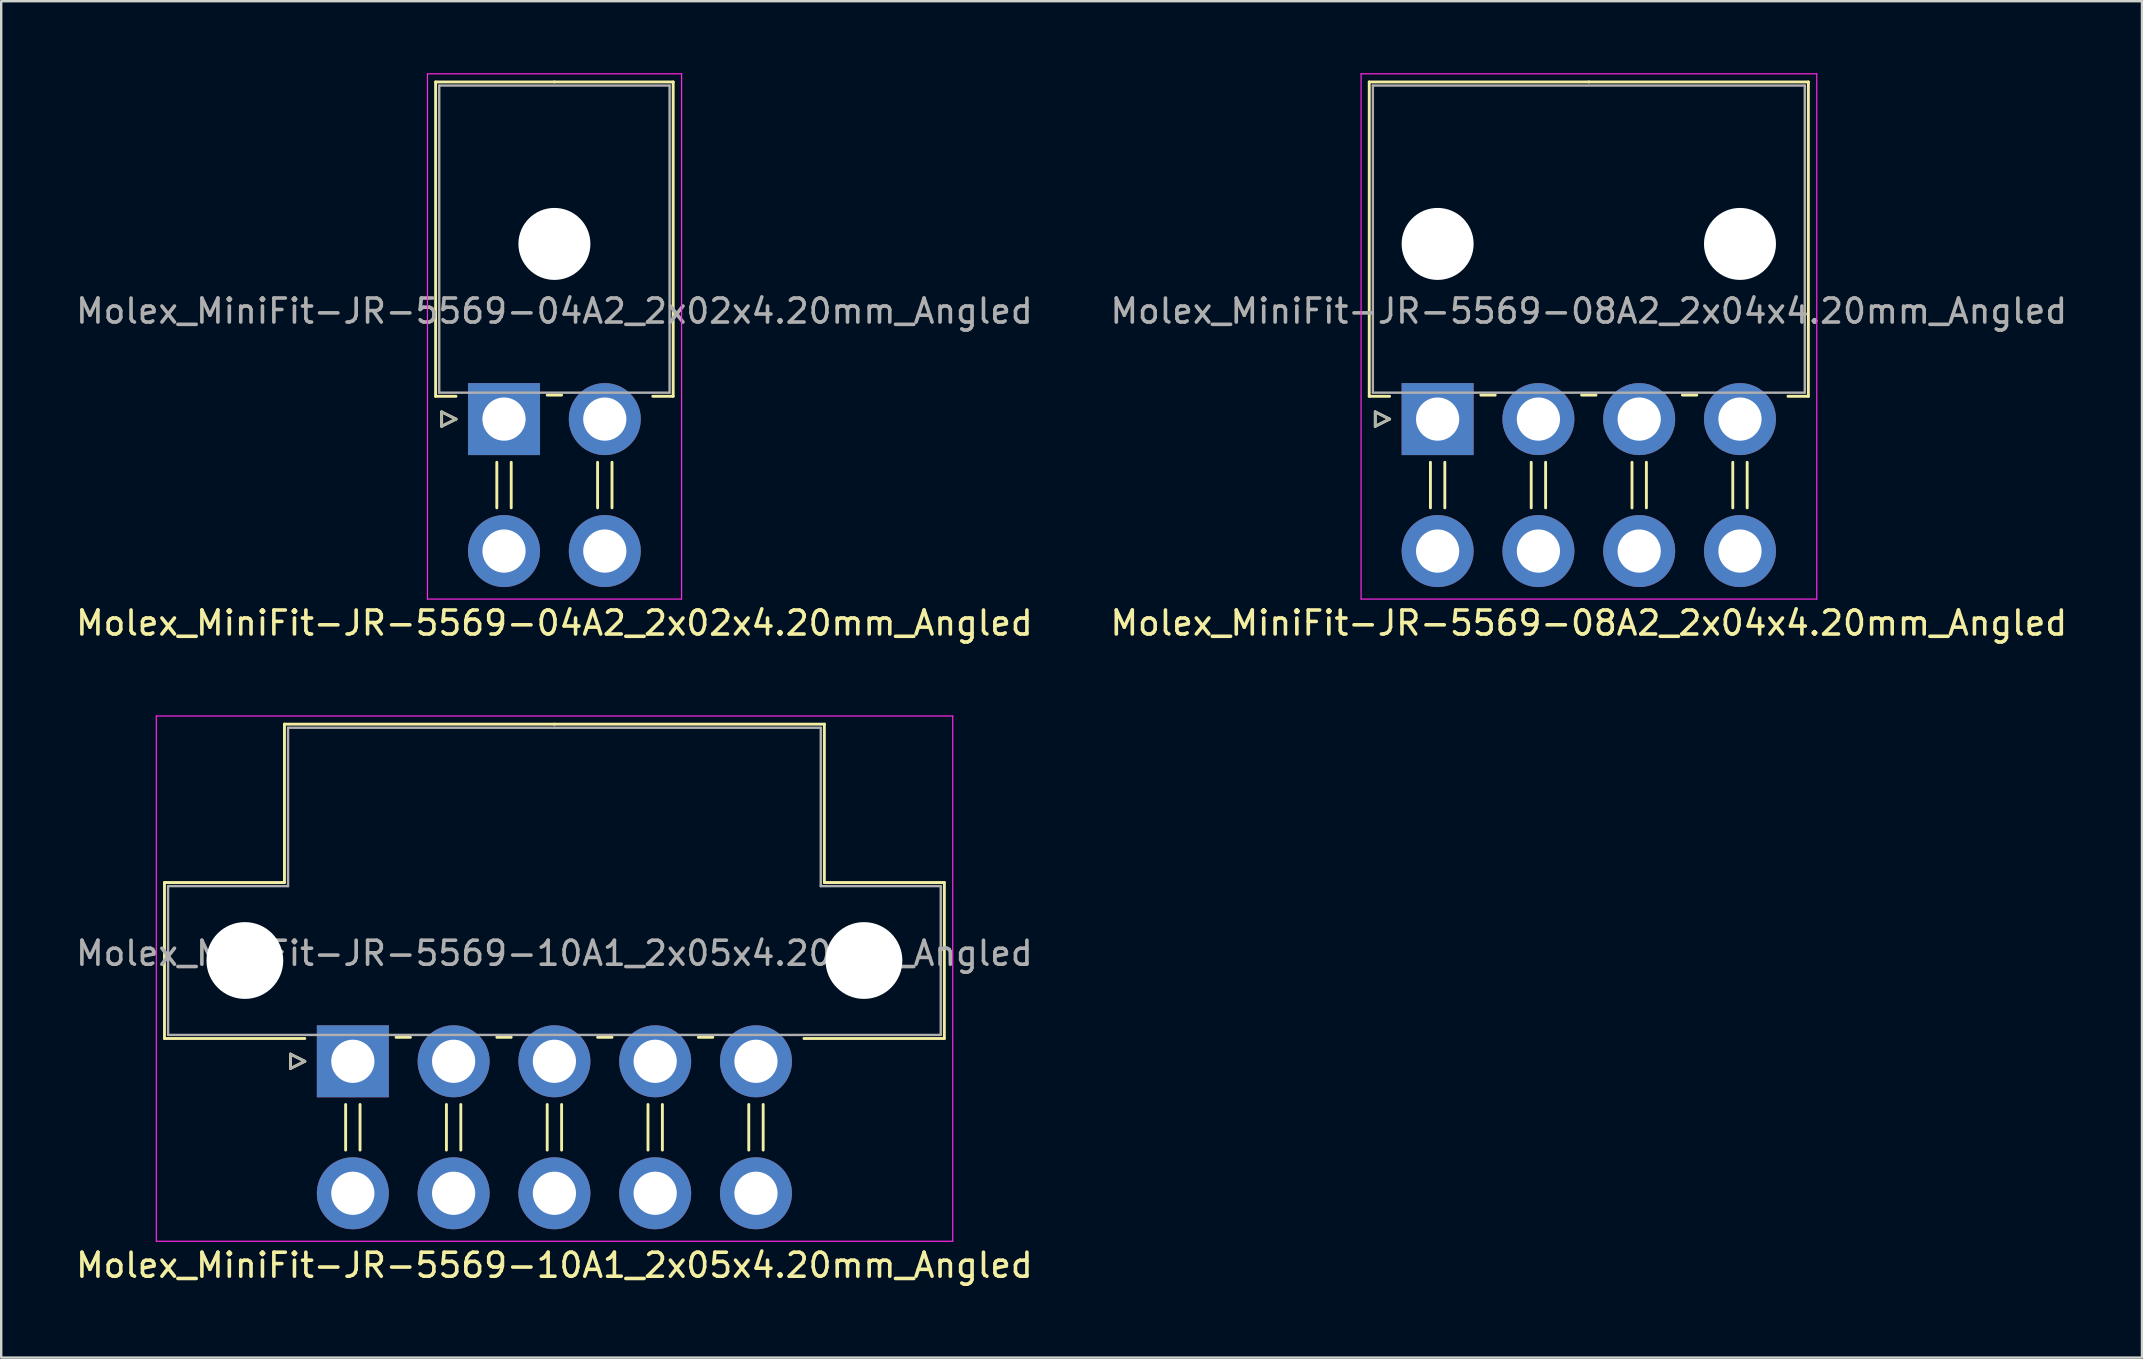
<source format=kicad_pcb>
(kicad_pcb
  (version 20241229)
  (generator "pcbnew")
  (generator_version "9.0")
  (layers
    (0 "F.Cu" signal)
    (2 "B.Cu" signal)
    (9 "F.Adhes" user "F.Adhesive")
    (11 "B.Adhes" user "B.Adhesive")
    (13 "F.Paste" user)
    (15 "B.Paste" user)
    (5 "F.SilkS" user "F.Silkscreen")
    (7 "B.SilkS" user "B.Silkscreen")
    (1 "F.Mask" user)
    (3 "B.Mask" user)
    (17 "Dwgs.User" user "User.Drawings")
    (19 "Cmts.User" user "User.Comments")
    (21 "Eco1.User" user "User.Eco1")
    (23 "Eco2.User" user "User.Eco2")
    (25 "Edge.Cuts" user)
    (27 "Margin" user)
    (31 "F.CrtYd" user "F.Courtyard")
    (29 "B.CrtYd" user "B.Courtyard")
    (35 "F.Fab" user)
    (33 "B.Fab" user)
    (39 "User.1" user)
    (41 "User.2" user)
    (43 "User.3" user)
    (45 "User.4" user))
  (footprint "Molex_MiniFit-JR-5569-10A1_2x05x4.20mm_Angled"
    (layer "F.Cu")
    (at 11.654 41.178)
    (property "Reference" "Molex_MiniFit-JR-5569-10A1_2x05x4.20mm_Angled" (at 8.4 8.5 0) (layer "F.SilkS") (effects (font (size 1 1) (thickness 0.15))))
    (attr through_hole)
    (fp_line (start -7.85 -7.45) (end -7.85 -0.95) (stroke (width 0.12) (type solid)) (layer "F.SilkS"))
    (fp_line (start -7.85 -0.95) (end -2 -0.95) (stroke (width 0.12) (type solid)) (layer "F.SilkS"))
    (fp_line (start -2.85 -14.05) (end -2.85 -7.45) (stroke (width 0.12) (type solid)) (layer "F.SilkS"))
    (fp_line (start -2.85 -7.45) (end -7.85 -7.45) (stroke (width 0.12) (type solid)) (layer "F.SilkS"))
    (fp_line (start -2.6 -0.3) (end -2 0) (stroke (width 0.12) (type solid)) (layer "F.SilkS"))
    (fp_line (start -2.6 0.3) (end -2.6 -0.3) (stroke (width 0.12) (type solid)) (layer "F.SilkS"))
    (fp_line (start -2 0) (end -2.6 0.3) (stroke (width 0.12) (type solid)) (layer "F.SilkS"))
    (fp_line (start -0.3 1.8) (end -0.3 3.7) (stroke (width 0.12) (type solid)) (layer "F.SilkS"))
    (fp_line (start 0.3 1.8) (end 0.3 3.7) (stroke (width 0.12) (type solid)) (layer "F.SilkS"))
    (fp_line (start 1.8 -1) (end 2.4 -1) (stroke (width 0.12) (type solid)) (layer "F.SilkS"))
    (fp_line (start 3.9 1.8) (end 3.9 3.7) (stroke (width 0.12) (type solid)) (layer "F.SilkS"))
    (fp_line (start 4.5 1.8) (end 4.5 3.7) (stroke (width 0.12) (type solid)) (layer "F.SilkS"))
    (fp_line (start 6 -1) (end 6.6 -1) (stroke (width 0.12) (type solid)) (layer "F.SilkS"))
    (fp_line (start 8.1 1.8) (end 8.1 3.7) (stroke (width 0.12) (type solid)) (layer "F.SilkS"))
    (fp_line (start 8.4 -14.05) (end -2.85 -14.05) (stroke (width 0.12) (type solid)) (layer "F.SilkS"))
    (fp_line (start 8.4 -14.05) (end 19.65 -14.05) (stroke (width 0.12) (type solid)) (layer "F.SilkS"))
    (fp_line (start 8.7 1.8) (end 8.7 3.7) (stroke (width 0.12) (type solid)) (layer "F.SilkS"))
    (fp_line (start 10.2 -1) (end 10.8 -1) (stroke (width 0.12) (type solid)) (layer "F.SilkS"))
    (fp_line (start 12.3 1.8) (end 12.3 3.7) (stroke (width 0.12) (type solid)) (layer "F.SilkS"))
    (fp_line (start 12.9 1.8) (end 12.9 3.7) (stroke (width 0.12) (type solid)) (layer "F.SilkS"))
    (fp_line (start 14.4 -1) (end 15 -1) (stroke (width 0.12) (type solid)) (layer "F.SilkS"))
    (fp_line (start 16.5 1.8) (end 16.5 3.7) (stroke (width 0.12) (type solid)) (layer "F.SilkS"))
    (fp_line (start 17.1 1.8) (end 17.1 3.7) (stroke (width 0.12) (type solid)) (layer "F.SilkS"))
    (fp_line (start 19.65 -14.05) (end 19.65 -7.45) (stroke (width 0.12) (type solid)) (layer "F.SilkS"))
    (fp_line (start 19.65 -7.45) (end 24.65 -7.45) (stroke (width 0.12) (type solid)) (layer "F.SilkS"))
    (fp_line (start 24.65 -7.45) (end 24.65 -0.95) (stroke (width 0.12) (type solid)) (layer "F.SilkS"))
    (fp_line (start 24.65 -0.95) (end 18.8 -0.95) (stroke (width 0.12) (type solid)) (layer "F.SilkS"))
    (fp_line (start -8.19 -14.39) (end -8.19 7.5) (stroke (width 0.05) (type solid)) (layer "F.CrtYd"))
    (fp_line (start -8.19 7.5) (end 25 7.5) (stroke (width 0.05) (type solid)) (layer "F.CrtYd"))
    (fp_line (start 25 -14.39) (end -8.19 -14.39) (stroke (width 0.05) (type solid)) (layer "F.CrtYd"))
    (fp_line (start 25 7.5) (end 25 -14.39) (stroke (width 0.05) (type solid)) (layer "F.CrtYd"))
    (fp_line (start -7.7 -7.3) (end -7.7 -1.1) (stroke (width 0.1) (type solid)) (layer "F.Fab"))
    (fp_line (start -7.7 -1.1) (end 8.4 -1.1) (stroke (width 0.1) (type solid)) (layer "F.Fab"))
    (fp_line (start -2.7 -13.9) (end -2.7 -7.3) (stroke (width 0.1) (type solid)) (layer "F.Fab"))
    (fp_line (start -2.7 -7.3) (end -7.7 -7.3) (stroke (width 0.1) (type solid)) (layer "F.Fab"))
    (fp_line (start -2.6 -0.3) (end -2 0) (stroke (width 0.1) (type solid)) (layer "F.Fab"))
    (fp_line (start -2.6 0.3) (end -2.6 -0.3) (stroke (width 0.1) (type solid)) (layer "F.Fab"))
    (fp_line (start -2 0) (end -2.6 0.3) (stroke (width 0.1) (type solid)) (layer "F.Fab"))
    (fp_line (start 8.4 -13.9) (end -2.7 -13.9) (stroke (width 0.1) (type solid)) (layer "F.Fab"))
    (fp_line (start 8.4 -13.9) (end 19.5 -13.9) (stroke (width 0.1) (type solid)) (layer "F.Fab"))
    (fp_line (start 19.5 -13.9) (end 19.5 -7.3) (stroke (width 0.1) (type solid)) (layer "F.Fab"))
    (fp_line (start 19.5 -7.3) (end 24.5 -7.3) (stroke (width 0.1) (type solid)) (layer "F.Fab"))
    (fp_line (start 24.5 -7.3) (end 24.5 -1.1) (stroke (width 0.1) (type solid)) (layer "F.Fab"))
    (fp_line (start 24.5 -1.1) (end 8.4 -1.1) (stroke (width 0.1) (type solid)) (layer "F.Fab"))
    (fp_text user "${REFERENCE}" (at 8.4 -4.5 0) (layer "F.Fab") (effects (font (size 1 1) (thickness 0.15))))
    (pad "" np_thru_hole circle (at -4.5 -4.2) (size 3.2 3.2) (drill 3.2) (layers "*.Cu" "*.Mask"))
    (pad "" np_thru_hole circle (at 21.3 -4.2) (size 3.2 3.2) (drill 3.2) (layers "*.Cu" "*.Mask"))
    (pad "1" thru_hole rect (at 0 0) (size 3 3) (drill 1.8) (layers "*.Cu" "*.Mask"))
    (pad "2" thru_hole circle (at 4.2 0) (size 3 3) (drill 1.8) (layers "*.Cu" "*.Mask"))
    (pad "3" thru_hole circle (at 8.4 0) (size 3 3) (drill 1.8) (layers "*.Cu" "*.Mask"))
    (pad "4" thru_hole circle (at 12.6 0) (size 3 3) (drill 1.8) (layers "*.Cu" "*.Mask"))
    (pad "5" thru_hole circle (at 16.8 0) (size 3 3) (drill 1.8) (layers "*.Cu" "*.Mask"))
    (pad "6" thru_hole circle (at 0 5.5) (size 3 3) (drill 1.8) (layers "*.Cu" "*.Mask"))
    (pad "7" thru_hole circle (at 4.2 5.5) (size 3 3) (drill 1.8) (layers "*.Cu" "*.Mask"))
    (pad "8" thru_hole circle (at 8.4 5.5) (size 3 3) (drill 1.8) (layers "*.Cu" "*.Mask"))
    (pad "9" thru_hole circle (at 12.6 5.5) (size 3 3) (drill 1.8) (layers "*.Cu" "*.Mask"))
    (pad "10" thru_hole circle (at 16.8 5.5) (size 3 3) (drill 1.8) (layers "*.Cu" "*.Mask")))
  (footprint "Molex_MiniFit-JR-5569-08A2_2x04x4.20mm_Angled"
    (layer "F.Cu")
    (at 56.861 14.415)
    (property "Reference" "Molex_MiniFit-JR-5569-08A2_2x04x4.20mm_Angled" (at 6.3 8.5 0) (layer "F.SilkS") (effects (font (size 1 1) (thickness 0.15))))
    (attr through_hole)
    (fp_line (start -2.85 -14.05) (end 6.3 -14.05) (stroke (width 0.12) (type solid)) (layer "F.SilkS"))
    (fp_line (start -2.85 -0.95) (end -2.85 -14.05) (stroke (width 0.12) (type solid)) (layer "F.SilkS"))
    (fp_line (start -2.6 -0.3) (end -2 0) (stroke (width 0.12) (type solid)) (layer "F.SilkS"))
    (fp_line (start -2.6 0.3) (end -2.6 -0.3) (stroke (width 0.12) (type solid)) (layer "F.SilkS"))
    (fp_line (start -2 -0.95) (end -2.85 -0.95) (stroke (width 0.12) (type solid)) (layer "F.SilkS"))
    (fp_line (start -2 0) (end -2.6 0.3) (stroke (width 0.12) (type solid)) (layer "F.SilkS"))
    (fp_line (start -0.3 1.8) (end -0.3 3.7) (stroke (width 0.12) (type solid)) (layer "F.SilkS"))
    (fp_line (start 0.3 1.8) (end 0.3 3.7) (stroke (width 0.12) (type solid)) (layer "F.SilkS"))
    (fp_line (start 1.8 -1) (end 2.4 -1) (stroke (width 0.12) (type solid)) (layer "F.SilkS"))
    (fp_line (start 3.9 1.8) (end 3.9 3.7) (stroke (width 0.12) (type solid)) (layer "F.SilkS"))
    (fp_line (start 4.5 1.8) (end 4.5 3.7) (stroke (width 0.12) (type solid)) (layer "F.SilkS"))
    (fp_line (start 6 -1) (end 6.6 -1) (stroke (width 0.12) (type solid)) (layer "F.SilkS"))
    (fp_line (start 8.1 1.8) (end 8.1 3.7) (stroke (width 0.12) (type solid)) (layer "F.SilkS"))
    (fp_line (start 8.7 1.8) (end 8.7 3.7) (stroke (width 0.12) (type solid)) (layer "F.SilkS"))
    (fp_line (start 10.2 -1) (end 10.8 -1) (stroke (width 0.12) (type solid)) (layer "F.SilkS"))
    (fp_line (start 12.3 1.8) (end 12.3 3.7) (stroke (width 0.12) (type solid)) (layer "F.SilkS"))
    (fp_line (start 12.9 1.8) (end 12.9 3.7) (stroke (width 0.12) (type solid)) (layer "F.SilkS"))
    (fp_line (start 14.6 -0.95) (end 15.45 -0.95) (stroke (width 0.12) (type solid)) (layer "F.SilkS"))
    (fp_line (start 15.45 -14.05) (end 6.3 -14.05) (stroke (width 0.12) (type solid)) (layer "F.SilkS"))
    (fp_line (start 15.45 -0.95) (end 15.45 -14.05) (stroke (width 0.12) (type solid)) (layer "F.SilkS"))
    (fp_line (start -3.19 -14.39) (end -3.19 7.5) (stroke (width 0.05) (type solid)) (layer "F.CrtYd"))
    (fp_line (start -3.19 7.5) (end 15.8 7.5) (stroke (width 0.05) (type solid)) (layer "F.CrtYd"))
    (fp_line (start 15.8 -14.39) (end -3.19 -14.39) (stroke (width 0.05) (type solid)) (layer "F.CrtYd"))
    (fp_line (start 15.8 7.5) (end 15.8 -14.39) (stroke (width 0.05) (type solid)) (layer "F.CrtYd"))
    (fp_line (start -2.7 -13.9) (end -2.7 -1.1) (stroke (width 0.1) (type solid)) (layer "F.Fab"))
    (fp_line (start -2.7 -1.1) (end 15.3 -1.1) (stroke (width 0.1) (type solid)) (layer "F.Fab"))
    (fp_line (start -2.6 -0.3) (end -2 0) (stroke (width 0.1) (type solid)) (layer "F.Fab"))
    (fp_line (start -2.6 0.3) (end -2.6 -0.3) (stroke (width 0.1) (type solid)) (layer "F.Fab"))
    (fp_line (start -2 0) (end -2.6 0.3) (stroke (width 0.1) (type solid)) (layer "F.Fab"))
    (fp_line (start 15.3 -13.9) (end -2.7 -13.9) (stroke (width 0.1) (type solid)) (layer "F.Fab"))
    (fp_line (start 15.3 -1.1) (end 15.3 -13.9) (stroke (width 0.1) (type solid)) (layer "F.Fab"))
    (fp_text user "${REFERENCE}" (at 6.3 -4.5 0) (layer "F.Fab") (effects (font (size 1 1) (thickness 0.15))))
    (pad "" np_thru_hole circle (at 0 -7.3) (size 3 3) (drill 3) (layers "*.Cu" "*.Mask"))
    (pad "" np_thru_hole circle (at 12.6 -7.3) (size 3 3) (drill 3) (layers "*.Cu" "*.Mask"))
    (pad "1" thru_hole rect (at 0 0) (size 3 3) (drill 1.8) (layers "*.Cu" "*.Mask"))
    (pad "2" thru_hole circle (at 4.2 0) (size 3 3) (drill 1.8) (layers "*.Cu" "*.Mask"))
    (pad "3" thru_hole circle (at 8.4 0) (size 3 3) (drill 1.8) (layers "*.Cu" "*.Mask"))
    (pad "4" thru_hole circle (at 12.6 0) (size 3 3) (drill 1.8) (layers "*.Cu" "*.Mask"))
    (pad "5" thru_hole circle (at 0 5.5) (size 3 3) (drill 1.8) (layers "*.Cu" "*.Mask"))
    (pad "6" thru_hole circle (at 4.2 5.5) (size 3 3) (drill 1.8) (layers "*.Cu" "*.Mask"))
    (pad "7" thru_hole circle (at 8.4 5.5) (size 3 3) (drill 1.8) (layers "*.Cu" "*.Mask"))
    (pad "8" thru_hole circle (at 12.6 5.5) (size 3 3) (drill 1.8) (layers "*.Cu" "*.Mask")))
  (footprint "Molex_MiniFit-JR-5569-04A2_2x02x4.20mm_Angled"
    (layer "F.Cu")
    (at 17.954 14.415)
    (property "Reference" "Molex_MiniFit-JR-5569-04A2_2x02x4.20mm_Angled" (at 2.1 8.5 0) (layer "F.SilkS") (effects (font (size 1 1) (thickness 0.15))))
    (attr through_hole)
    (fp_line (start -2.85 -14.05) (end 2.1 -14.05) (stroke (width 0.12) (type solid)) (layer "F.SilkS"))
    (fp_line (start -2.85 -0.95) (end -2.85 -14.05) (stroke (width 0.12) (type solid)) (layer "F.SilkS"))
    (fp_line (start -2.6 -0.3) (end -2 0) (stroke (width 0.12) (type solid)) (layer "F.SilkS"))
    (fp_line (start -2.6 0.3) (end -2.6 -0.3) (stroke (width 0.12) (type solid)) (layer "F.SilkS"))
    (fp_line (start -2 -0.95) (end -2.85 -0.95) (stroke (width 0.12) (type solid)) (layer "F.SilkS"))
    (fp_line (start -2 0) (end -2.6 0.3) (stroke (width 0.12) (type solid)) (layer "F.SilkS"))
    (fp_line (start -0.3 1.8) (end -0.3 3.7) (stroke (width 0.12) (type solid)) (layer "F.SilkS"))
    (fp_line (start 0.3 1.8) (end 0.3 3.7) (stroke (width 0.12) (type solid)) (layer "F.SilkS"))
    (fp_line (start 1.8 -1) (end 2.4 -1) (stroke (width 0.12) (type solid)) (layer "F.SilkS"))
    (fp_line (start 3.9 1.8) (end 3.9 3.7) (stroke (width 0.12) (type solid)) (layer "F.SilkS"))
    (fp_line (start 4.5 1.8) (end 4.5 3.7) (stroke (width 0.12) (type solid)) (layer "F.SilkS"))
    (fp_line (start 6.2 -0.95) (end 7.05 -0.95) (stroke (width 0.12) (type solid)) (layer "F.SilkS"))
    (fp_line (start 7.05 -14.05) (end 2.1 -14.05) (stroke (width 0.12) (type solid)) (layer "F.SilkS"))
    (fp_line (start 7.05 -0.95) (end 7.05 -14.05) (stroke (width 0.12) (type solid)) (layer "F.SilkS"))
    (fp_line (start -3.19 -14.39) (end -3.19 7.5) (stroke (width 0.05) (type solid)) (layer "F.CrtYd"))
    (fp_line (start -3.19 7.5) (end 7.4 7.5) (stroke (width 0.05) (type solid)) (layer "F.CrtYd"))
    (fp_line (start 7.4 -14.39) (end -3.19 -14.39) (stroke (width 0.05) (type solid)) (layer "F.CrtYd"))
    (fp_line (start 7.4 7.5) (end 7.4 -14.39) (stroke (width 0.05) (type solid)) (layer "F.CrtYd"))
    (fp_line (start -2.7 -13.9) (end -2.7 -1.1) (stroke (width 0.1) (type solid)) (layer "F.Fab"))
    (fp_line (start -2.7 -1.1) (end 6.9 -1.1) (stroke (width 0.1) (type solid)) (layer "F.Fab"))
    (fp_line (start -2.6 -0.3) (end -2 0) (stroke (width 0.1) (type solid)) (layer "F.Fab"))
    (fp_line (start -2.6 0.3) (end -2.6 -0.3) (stroke (width 0.1) (type solid)) (layer "F.Fab"))
    (fp_line (start -2 0) (end -2.6 0.3) (stroke (width 0.1) (type solid)) (layer "F.Fab"))
    (fp_line (start 6.9 -13.9) (end -2.7 -13.9) (stroke (width 0.1) (type solid)) (layer "F.Fab"))
    (fp_line (start 6.9 -1.1) (end 6.9 -13.9) (stroke (width 0.1) (type solid)) (layer "F.Fab"))
    (fp_text user "${REFERENCE}" (at 2.1 -4.5 0) (layer "F.Fab") (effects (font (size 1 1) (thickness 0.15))))
    (pad "" np_thru_hole circle (at 2.1 -7.3) (size 3 3) (drill 3) (layers "*.Cu" "*.Mask"))
    (pad "1" thru_hole rect (at 0 0) (size 3 3) (drill 1.8) (layers "*.Cu" "*.Mask"))
    (pad "2" thru_hole circle (at 4.2 0) (size 3 3) (drill 1.8) (layers "*.Cu" "*.Mask"))
    (pad "3" thru_hole circle (at 0 5.5) (size 3 3) (drill 1.8) (layers "*.Cu" "*.Mask"))
    (pad "4" thru_hole circle (at 4.2 5.5) (size 3 3) (drill 1.8) (layers "*.Cu" "*.Mask")))
  (gr_rect
    (start -3 -3)
    (end 86.214 53.526)
    (stroke (width 0.1) (type default))
    (fill no)
    (layer "Edge.Cuts")))
</source>
